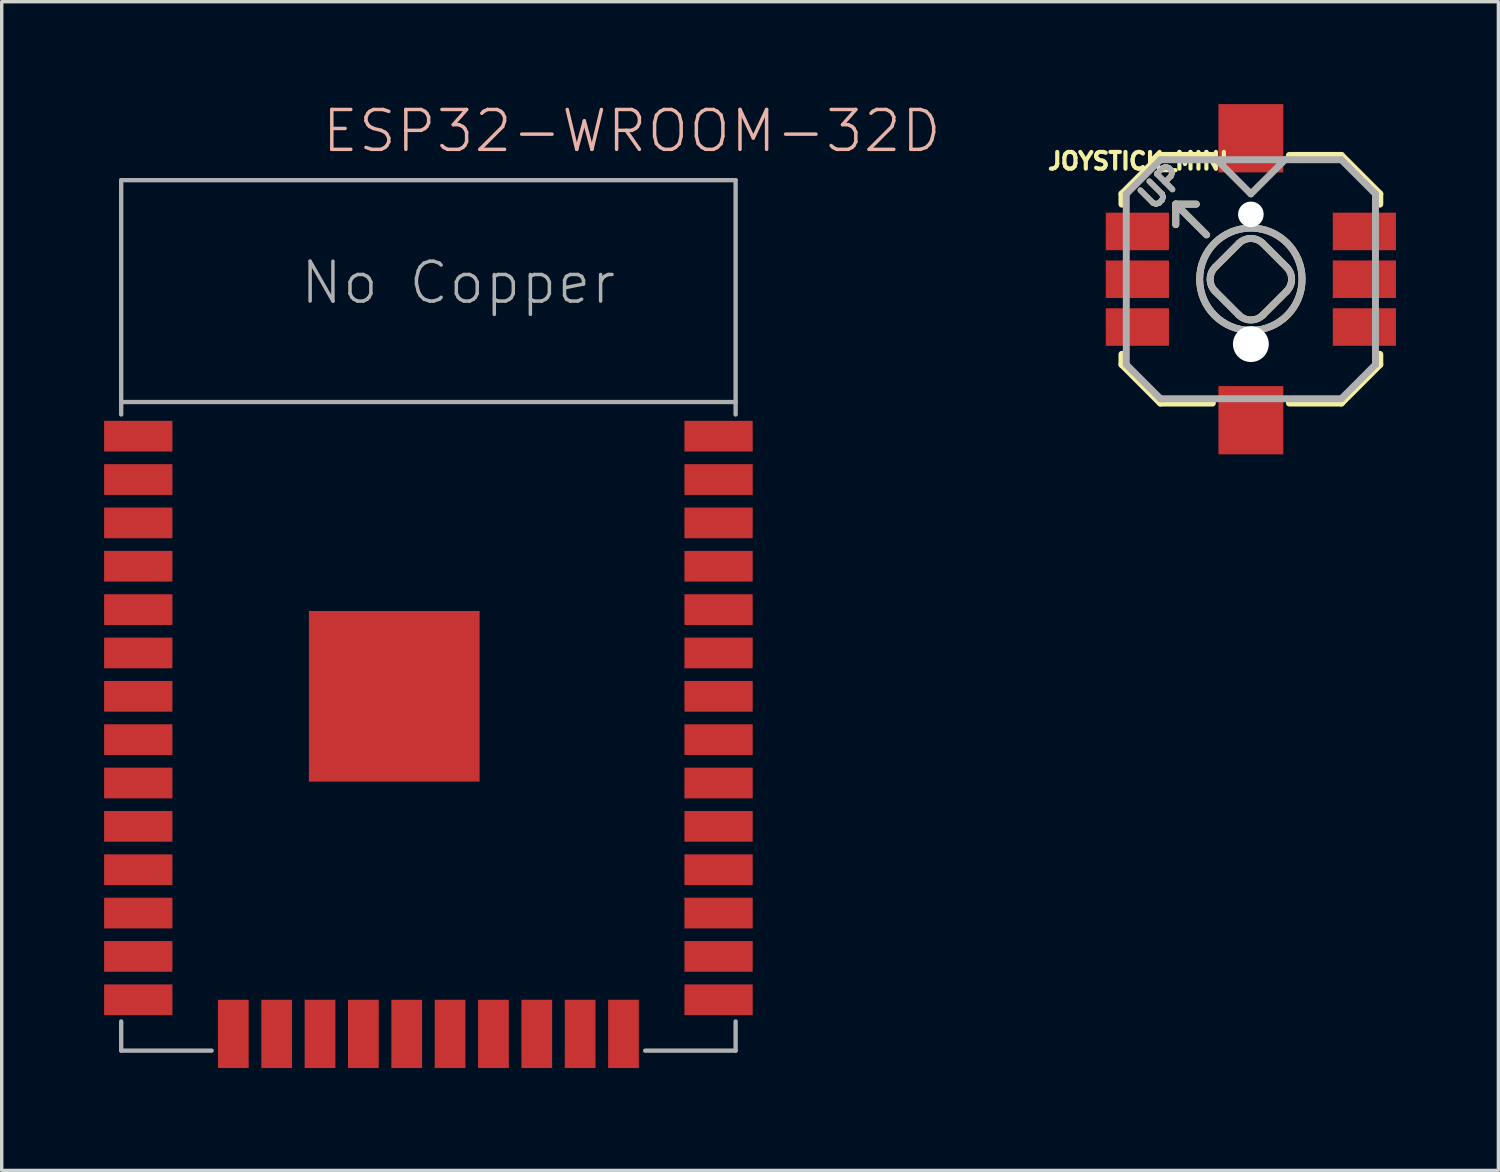
<source format=kicad_pcb>
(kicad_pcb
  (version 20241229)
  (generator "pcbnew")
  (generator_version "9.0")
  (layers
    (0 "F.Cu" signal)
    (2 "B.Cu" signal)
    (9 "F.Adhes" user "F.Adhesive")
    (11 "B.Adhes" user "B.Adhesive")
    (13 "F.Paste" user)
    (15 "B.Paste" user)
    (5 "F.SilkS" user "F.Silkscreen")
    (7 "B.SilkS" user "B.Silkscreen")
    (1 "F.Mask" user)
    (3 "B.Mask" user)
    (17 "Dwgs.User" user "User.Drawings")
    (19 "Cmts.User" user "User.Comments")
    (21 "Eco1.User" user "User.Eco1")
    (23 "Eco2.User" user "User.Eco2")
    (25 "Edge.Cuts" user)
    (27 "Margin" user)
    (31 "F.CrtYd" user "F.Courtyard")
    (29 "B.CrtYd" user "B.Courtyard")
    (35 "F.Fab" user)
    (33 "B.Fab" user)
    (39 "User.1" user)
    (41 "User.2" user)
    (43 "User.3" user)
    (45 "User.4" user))
  (footprint "ESP32-WROOM-32D"
    (layer "F.Cu")
    (at 9.5 9.728)
    (property "Reference" "ESP32-WROOM-32D" (at -3.175 -8.255 0) (layer "B.SilkS") (effects (font (size 1.168 1.168) (thickness 0.102)) (justify left bottom)))
    (fp_line (start -9 -7.5) (end 9 -7.5) (stroke (width 0.127) (type solid)) (layer "F.Fab"))
    (fp_line (start -9 -1) (end -9 -7.5) (stroke (width 0.127) (type solid)) (layer "F.Fab"))
    (fp_line (start -9 -1) (end 9 -1) (stroke (width 0.127) (type solid)) (layer "F.Fab"))
    (fp_line (start -9 -0.635) (end -9 -1) (stroke (width 0.127) (type solid)) (layer "F.Fab"))
    (fp_line (start -9 17.145) (end -9 18) (stroke (width 0.127) (type solid)) (layer "F.Fab"))
    (fp_line (start -9 18) (end -6.35 18) (stroke (width 0.127) (type solid)) (layer "F.Fab"))
    (fp_line (start 9 -7.5) (end 9 -1) (stroke (width 0.127) (type solid)) (layer "F.Fab"))
    (fp_line (start 9 -1) (end 9 -0.635) (stroke (width 0.127) (type solid)) (layer "F.Fab"))
    (fp_line (start 9 17.145) (end 9 18) (stroke (width 0.127) (type solid)) (layer "F.Fab"))
    (fp_line (start 9 18) (end 6.35 18) (stroke (width 0.127) (type solid)) (layer "F.Fab"))
    (fp_text user "No Copper" (at -3.81 -3.81 0) (layer "F.Fab") (effects (font (size 1.168 1.168) (thickness 0.102)) (justify left bottom)))
    (pad "1" smd rect (at -8.5 0) (size 2 0.9) (layers "F.Cu" "F.Mask" "F.Paste"))
    (pad "2" smd rect (at -8.5 1.27) (size 2 0.9) (layers "F.Cu" "F.Mask" "F.Paste"))
    (pad "3" smd rect (at -8.5 2.54) (size 2 0.9) (layers "F.Cu" "F.Mask" "F.Paste"))
    (pad "4" smd rect (at -8.5 3.81) (size 2 0.9) (layers "F.Cu" "F.Mask" "F.Paste"))
    (pad "5" smd rect (at -8.5 5.08) (size 2 0.9) (layers "F.Cu" "F.Mask" "F.Paste"))
    (pad "6" smd rect (at -8.5 6.35) (size 2 0.9) (layers "F.Cu" "F.Mask" "F.Paste"))
    (pad "7" smd rect (at -8.5 7.62) (size 2 0.9) (layers "F.Cu" "F.Mask" "F.Paste"))
    (pad "8" smd rect (at -8.5 8.89) (size 2 0.9) (layers "F.Cu" "F.Mask" "F.Paste"))
    (pad "9" smd rect (at -8.5 10.16) (size 2 0.9) (layers "F.Cu" "F.Mask" "F.Paste"))
    (pad "10" smd rect (at -8.5 11.43) (size 2 0.9) (layers "F.Cu" "F.Mask" "F.Paste"))
    (pad "11" smd rect (at -8.5 12.7) (size 2 0.9) (layers "F.Cu" "F.Mask" "F.Paste"))
    (pad "12" smd rect (at -8.5 13.97) (size 2 0.9) (layers "F.Cu" "F.Mask" "F.Paste"))
    (pad "13" smd rect (at -8.5 15.24) (size 2 0.9) (layers "F.Cu" "F.Mask" "F.Paste"))
    (pad "14" smd rect (at -8.5 16.51) (size 2 0.9) (layers "F.Cu" "F.Mask" "F.Paste"))
    (pad "15" smd rect (at -5.715 17.51 90) (size 2 0.9) (layers "F.Cu" "F.Mask" "F.Paste"))
    (pad "16" smd rect (at -4.445 17.51 90) (size 2 0.9) (layers "F.Cu" "F.Mask" "F.Paste"))
    (pad "17" smd rect (at -3.175 17.51 90) (size 2 0.9) (layers "F.Cu" "F.Mask" "F.Paste"))
    (pad "18" smd rect (at -1.905 17.51 90) (size 2 0.9) (layers "F.Cu" "F.Mask" "F.Paste"))
    (pad "19" smd rect (at -0.635 17.51 90) (size 2 0.9) (layers "F.Cu" "F.Mask" "F.Paste"))
    (pad "20" smd rect (at 0.635 17.51 90) (size 2 0.9) (layers "F.Cu" "F.Mask" "F.Paste"))
    (pad "21" smd rect (at 1.905 17.51 90) (size 2 0.9) (layers "F.Cu" "F.Mask" "F.Paste"))
    (pad "22" smd rect (at 3.175 17.51 90) (size 2 0.9) (layers "F.Cu" "F.Mask" "F.Paste"))
    (pad "23" smd rect (at 4.445 17.51 90) (size 2 0.9) (layers "F.Cu" "F.Mask" "F.Paste"))
    (pad "24" smd rect (at 5.715 17.51 90) (size 2 0.9) (layers "F.Cu" "F.Mask" "F.Paste"))
    (pad "25" smd rect (at 8.5 16.51 180) (size 2 0.9) (layers "F.Cu" "F.Mask" "F.Paste"))
    (pad "26" smd rect (at 8.5 15.24 180) (size 2 0.9) (layers "F.Cu" "F.Mask" "F.Paste"))
    (pad "27" smd rect (at 8.5 13.97 180) (size 2 0.9) (layers "F.Cu" "F.Mask" "F.Paste"))
    (pad "28" smd rect (at 8.5 12.7 180) (size 2 0.9) (layers "F.Cu" "F.Mask" "F.Paste"))
    (pad "29" smd rect (at 8.5 11.43 180) (size 2 0.9) (layers "F.Cu" "F.Mask" "F.Paste"))
    (pad "30" smd rect (at 8.5 10.16 180) (size 2 0.9) (layers "F.Cu" "F.Mask" "F.Paste"))
    (pad "31" smd rect (at 8.5 8.89 180) (size 2 0.9) (layers "F.Cu" "F.Mask" "F.Paste"))
    (pad "32" smd rect (at 8.5 7.62 180) (size 2 0.9) (layers "F.Cu" "F.Mask" "F.Paste"))
    (pad "33" smd rect (at 8.5 6.35 180) (size 2 0.9) (layers "F.Cu" "F.Mask" "F.Paste"))
    (pad "34" smd rect (at 8.5 5.08 180) (size 2 0.9) (layers "F.Cu" "F.Mask" "F.Paste"))
    (pad "35" smd rect (at 8.5 3.81 180) (size 2 0.9) (layers "F.Cu" "F.Mask" "F.Paste"))
    (pad "36" smd rect (at 8.5 2.54 180) (size 2 0.9) (layers "F.Cu" "F.Mask" "F.Paste"))
    (pad "37" smd rect (at 8.5 1.27 180) (size 2 0.9) (layers "F.Cu" "F.Mask" "F.Paste"))
    (pad "38" smd rect (at 8.5 0 180) (size 2 0.9) (layers "F.Cu" "F.Mask" "F.Paste"))
    (pad "39" smd rect (at -1 7.62 180) (size 5 5) (layers "F.Cu" "F.Mask" "F.Paste")))
  (footprint "JOYSTICK_MINI"
    (layer "F.Cu")
    (at 33.594 5.13)
    (property "Reference" "JOYSTICK_MINI" (at -3.302 -3.175 0) (layer "F.SilkS") (effects (font (size 0.488 0.488) (thickness 0.122)) (justify bottom)))
    (fp_line (start -3.777 -2.5) (end -2.65 -3.627) (stroke (width 0.203) (type solid)) (layer "F.SilkS"))
    (fp_line (start -3.777 -2.199) (end -3.777 -2.5) (stroke (width 0.203) (type solid)) (layer "F.SilkS"))
    (fp_line (start -3.777 2.5) (end -3.777 2.199) (stroke (width 0.203) (type solid)) (layer "F.SilkS"))
    (fp_line (start -2.65 -3.627) (end -1.127 -3.627) (stroke (width 0.203) (type solid)) (layer "F.SilkS"))
    (fp_line (start -2.65 3.627) (end -3.777 2.5) (stroke (width 0.203) (type solid)) (layer "F.SilkS"))
    (fp_line (start -2.2 -2.2) (end -2.2 -1.6) (stroke (width 0.203) (type solid)) (layer "F.SilkS"))
    (fp_line (start -2.2 -2.2) (end -1.6 -2.2) (stroke (width 0.203) (type solid)) (layer "F.SilkS"))
    (fp_line (start -1.3 -1.3) (end -2.2 -2.2) (stroke (width 0.203) (type solid)) (layer "F.SilkS"))
    (fp_line (start -1.127 3.627) (end -2.65 3.627) (stroke (width 0.203) (type solid)) (layer "F.SilkS"))
    (fp_line (start -1.046 0.354) (end -0.354 1.046) (stroke (width 0.203) (type solid)) (layer "F.SilkS"))
    (fp_line (start -0.354 -1.046) (end -1.046 -0.354) (stroke (width 0.203) (type solid)) (layer "F.SilkS"))
    (fp_line (start 0.354 1.046) (end 1.046 0.354) (stroke (width 0.203) (type solid)) (layer "F.SilkS"))
    (fp_line (start 1.046 -0.354) (end 0.354 -1.046) (stroke (width 0.203) (type solid)) (layer "F.SilkS"))
    (fp_line (start 1.127 -3.627) (end 2.65 -3.627) (stroke (width 0.203) (type solid)) (layer "F.SilkS"))
    (fp_line (start 2.65 -3.627) (end 3.777 -2.5) (stroke (width 0.203) (type solid)) (layer "F.SilkS"))
    (fp_line (start 2.65 3.627) (end 1.127 3.627) (stroke (width 0.203) (type solid)) (layer "F.SilkS"))
    (fp_line (start 3.777 -2.5) (end 3.777 -2.199) (stroke (width 0.203) (type solid)) (layer "F.SilkS"))
    (fp_line (start 3.777 2.199) (end 3.777 2.5) (stroke (width 0.203) (type solid)) (layer "F.SilkS"))
    (fp_line (start 3.777 2.5) (end 2.65 3.627) (stroke (width 0.203) (type solid)) (layer "F.SilkS"))
    (fp_arc (start -1.046446 0.353553) (mid -1.192892 0) (end -1.046446 -0.353553) (stroke (width 0.2032) (type solid)) (layer "F.SilkS"))
    (fp_arc (start -0.353553 -1.046446) (mid 0 -1.192892) (end 0.353553 -1.046446) (stroke (width 0.2032) (type solid)) (layer "F.SilkS"))
    (fp_arc (start 0.353553 1.046446) (mid 0 1.192892) (end -0.353553 1.046446) (stroke (width 0.2032) (type solid)) (layer "F.SilkS"))
    (fp_arc (start 1.046446 -0.353553) (mid 1.192892 0) (end 1.046446 0.353553) (stroke (width 0.2032) (type solid)) (layer "F.SilkS"))
    (fp_circle (center 0 0) (end 1.5 0) (stroke (width 0.203) (type solid)) (fill no) (layer "F.SilkS"))
    (fp_line (start -3.65 -2.5) (end -2.65 -3.5) (stroke (width 0.203) (type solid)) (layer "F.Fab"))
    (fp_line (start -3.65 2.5) (end -3.65 -2.5) (stroke (width 0.203) (type solid)) (layer "F.Fab"))
    (fp_line (start -2.65 -3.5) (end -1 -3.5) (stroke (width 0.203) (type solid)) (layer "F.Fab"))
    (fp_line (start -2.65 3.5) (end -3.65 2.5) (stroke (width 0.203) (type solid)) (layer "F.Fab"))
    (fp_line (start -2.2 -2.2) (end -2.2 -1.6) (stroke (width 0.203) (type solid)) (layer "F.Fab"))
    (fp_line (start -2.2 -2.2) (end -1.6 -2.2) (stroke (width 0.203) (type solid)) (layer "F.Fab"))
    (fp_line (start -1.3 -1.3) (end -2.2 -2.2) (stroke (width 0.203) (type solid)) (layer "F.Fab"))
    (fp_line (start -1.046 0.354) (end -0.354 1.046) (stroke (width 0.203) (type solid)) (layer "F.Fab"))
    (fp_line (start -1 -3.5) (end 1 -3.5) (stroke (width 0.203) (type solid)) (layer "F.Fab"))
    (fp_line (start -0.354 -1.046) (end -1.046 -0.354) (stroke (width 0.203) (type solid)) (layer "F.Fab"))
    (fp_line (start 0 -2.5) (end -1 -3.5) (stroke (width 0.203) (type solid)) (layer "F.Fab"))
    (fp_line (start 0 -2.5) (end 1 -3.5) (stroke (width 0.203) (type solid)) (layer "F.Fab"))
    (fp_line (start 0.354 1.046) (end 1.046 0.354) (stroke (width 0.203) (type solid)) (layer "F.Fab"))
    (fp_line (start 1 -3.5) (end 2.65 -3.5) (stroke (width 0.203) (type solid)) (layer "F.Fab"))
    (fp_line (start 1.046 -0.354) (end 0.354 -1.046) (stroke (width 0.203) (type solid)) (layer "F.Fab"))
    (fp_line (start 2.65 -3.5) (end 3.65 -2.5) (stroke (width 0.203) (type solid)) (layer "F.Fab"))
    (fp_line (start 2.65 3.5) (end -2.65 3.5) (stroke (width 0.203) (type solid)) (layer "F.Fab"))
    (fp_line (start 3.65 -2.5) (end 3.65 2.5) (stroke (width 0.203) (type solid)) (layer "F.Fab"))
    (fp_line (start 3.65 2.5) (end 2.65 3.5) (stroke (width 0.203) (type solid)) (layer "F.Fab"))
    (fp_arc (start -1.046446 0.353553) (mid -1.192892 0) (end -1.046446 -0.353553) (stroke (width 0.2032) (type solid)) (layer "F.Fab"))
    (fp_arc (start -0.353553 -1.046446) (mid 0 -1.192892) (end 0.353553 -1.046446) (stroke (width 0.2032) (type solid)) (layer "F.Fab"))
    (fp_arc (start 0.353553 1.046446) (mid 0 1.192892) (end -0.353553 1.046446) (stroke (width 0.2032) (type solid)) (layer "F.Fab"))
    (fp_arc (start 1.046446 -0.353553) (mid 1.192892 0) (end 1.046446 0.353553) (stroke (width 0.2032) (type solid)) (layer "F.Fab"))
    (fp_circle (center 0 0) (end 1.5 0) (stroke (width 0.203) (type solid)) (fill no) (layer "F.Fab"))
    (fp_text user "UP" (at -2.9 -1.9 45) (layer "F.SilkS") (effects (font (size 0.65 0.65) (thickness 0.163)) (justify left bottom)))
    (fp_text user "UP" (at -2.9 -1.9 45) (layer "F.Fab") (effects (font (size 0.65 0.65) (thickness 0.163)) (justify left bottom)))
    (pad "" np_thru_hole circle (at 0 -1.9) (size 0.75 0.75) (drill 0.75) (layers "*.Cu" "*.Mask"))
    (pad "" np_thru_hole circle (at 0 1.9) (size 1.05 1.05) (drill 1.05) (layers "*.Cu" "*.Mask"))
    (pad "A" smd rect (at -3.325 -1.4) (size 1.85 1.1) (layers "F.Cu" "F.Mask" "F.Paste"))
    (pad "B" smd rect (at 3.325 -1.4) (size 1.85 1.1) (layers "F.Cu" "F.Mask" "F.Paste"))
    (pad "C" smd rect (at -3.325 1.4) (size 1.85 1.1) (layers "F.Cu" "F.Mask" "F.Paste"))
    (pad "CTR" smd rect (at -3.325 0) (size 1.85 1.1) (layers "F.Cu" "F.Mask" "F.Paste"))
    (pad "D" smd rect (at 3.325 1.4) (size 1.85 1.1) (layers "F.Cu" "F.Mask" "F.Paste"))
    (pad "GND" smd rect (at 3.325 0) (size 1.85 1.1) (layers "F.Cu" "F.Mask" "F.Paste"))
    (pad "NC" smd rect (at 0 -4.13) (size 1.9 2) (layers "F.Cu" "F.Mask" "F.Paste"))
    (pad "NC@0" smd rect (at 0 4.13) (size 1.9 2) (layers "F.Cu" "F.Mask" "F.Paste")))
  (gr_rect
    (start -3 -3)
    (end 40.844 31.238)
    (stroke (width 0.1) (type default))
    (fill no)
    (layer "Edge.Cuts")))
</source>
